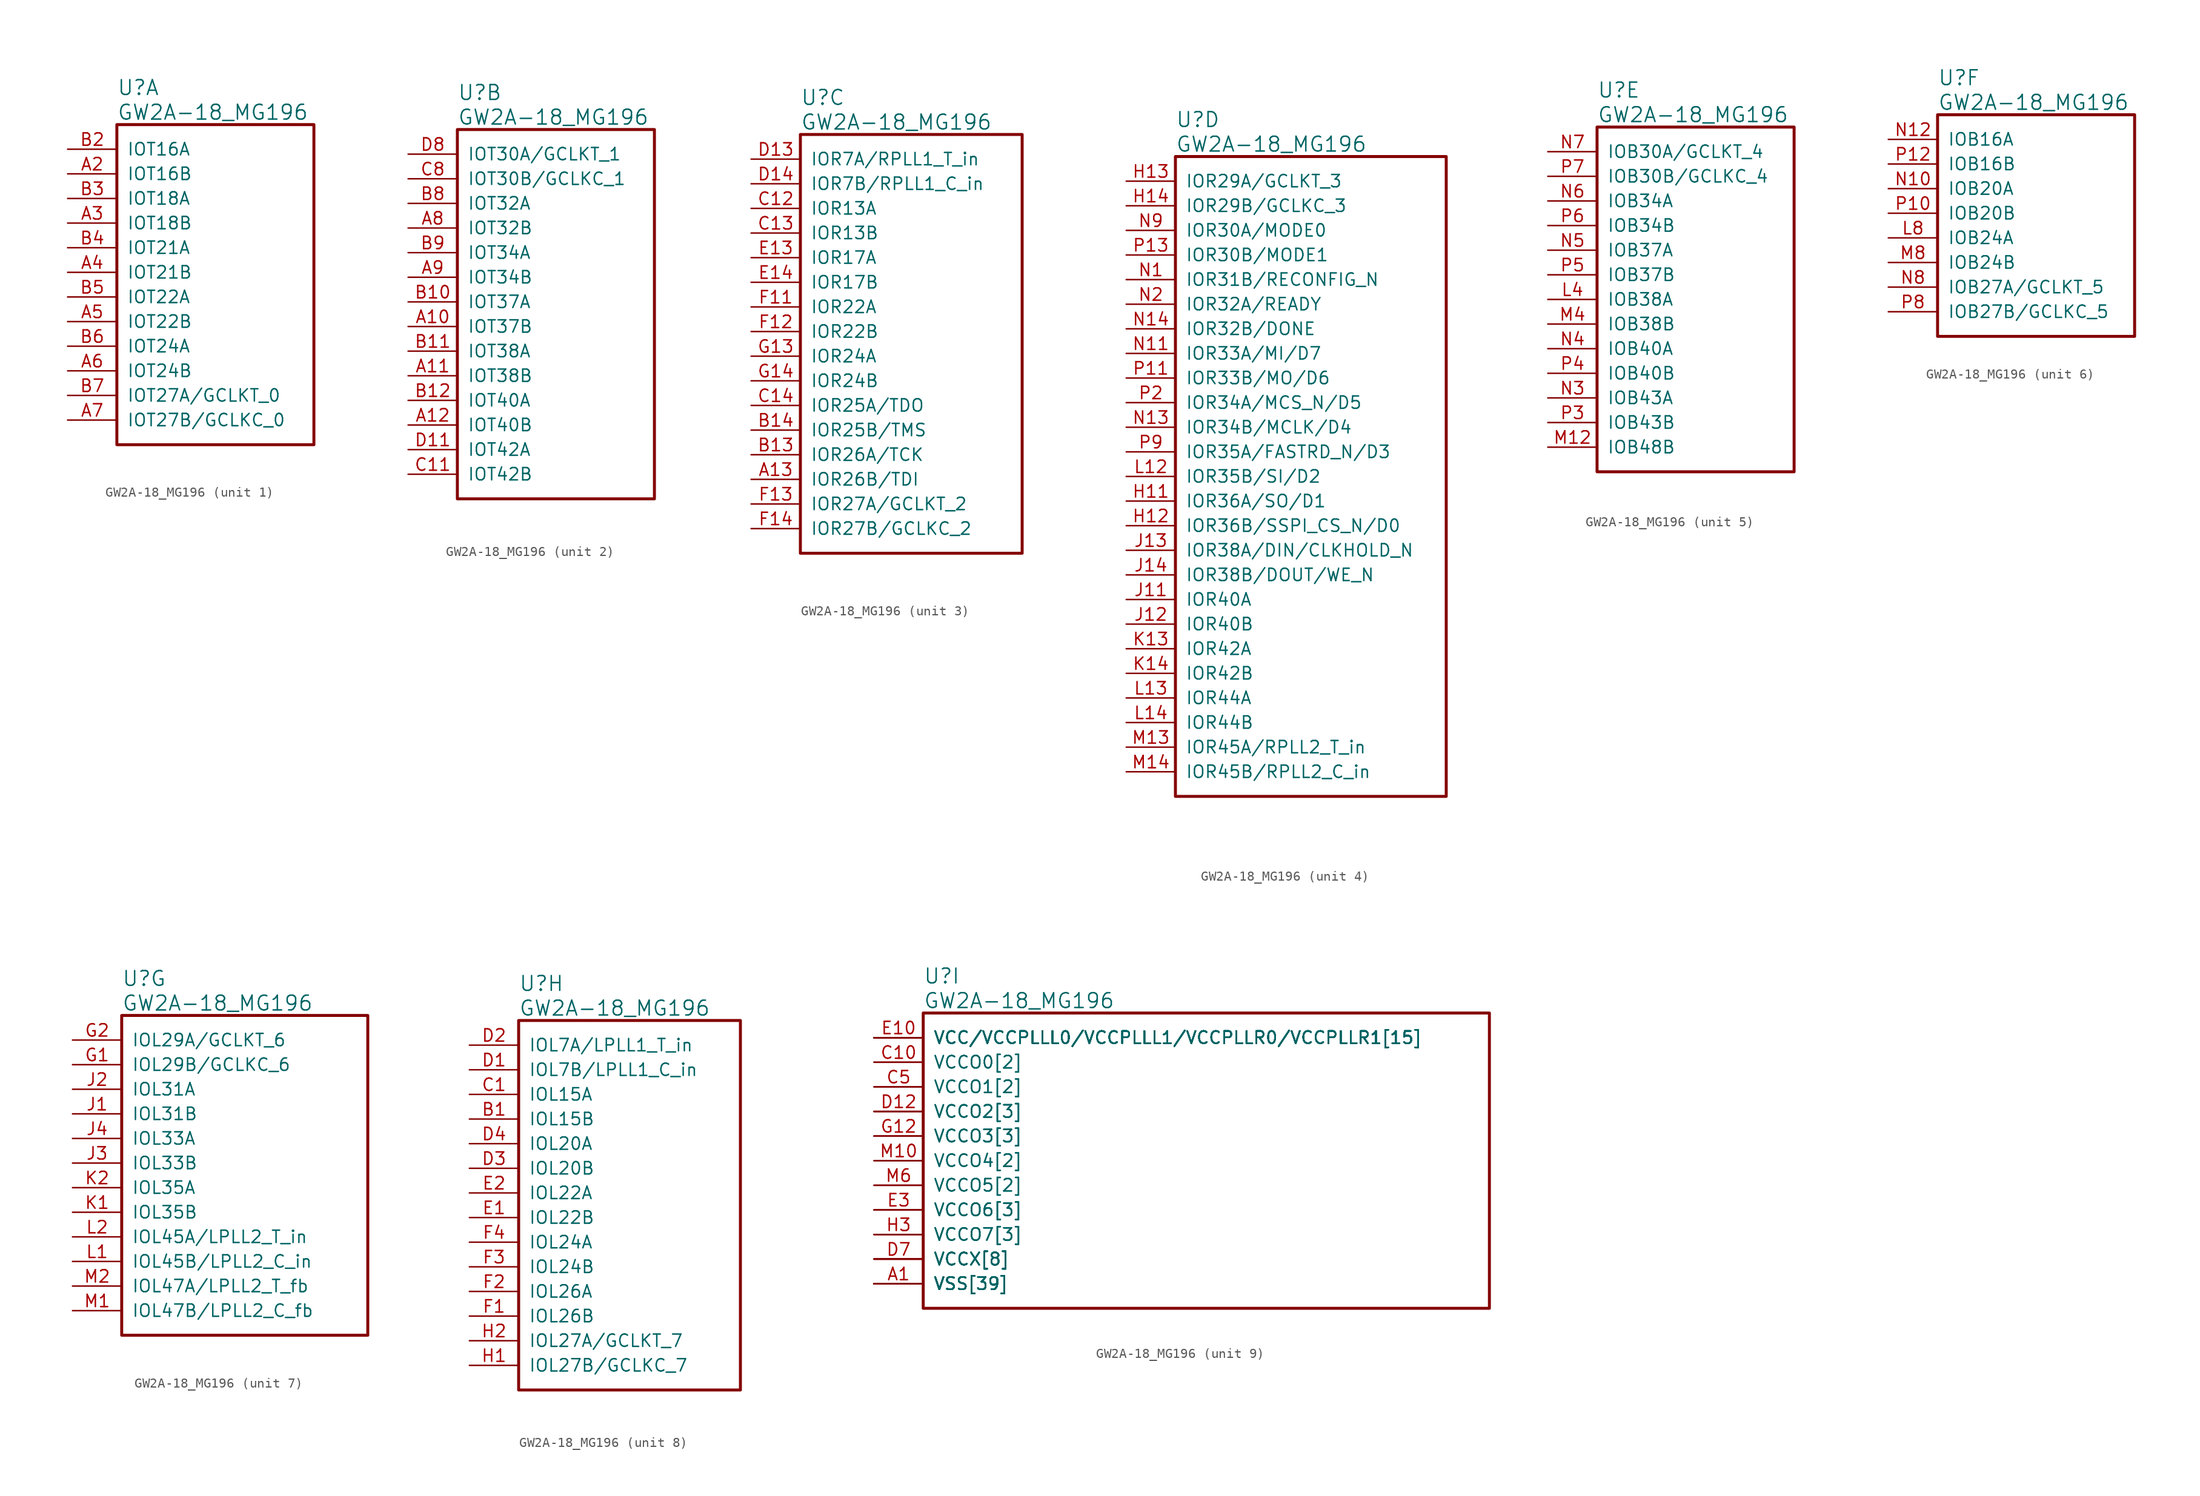
<source format=kicad_sym>
(kicad_symbol_lib
  (version 20241209)
  (generator "kicad_symbol_editor")
  (generator_version "9.0")
  (symbol "GW2A-18_MG196"
    (pin_names
      (offset 1.016))
    (property "Reference" "U"
      (at 5.08 6.35 0)
      (effects (font (size 1.524 1.524)) (justify left)))
    (property "Value" "GW2A-18_MG196"
      (at 5.08 3.81 0)
      (effects (font (size 1.524 1.524)) (justify left)))
    (property "ki_locked" ""
      (at 0 0 0)
      (effects (font (size 1.27 1.27))))
    (symbol "GW2A-18_MG196_1_1"
      (rectangle (start 5.08 2.54) (end 25.4 -30.48) (stroke (width 0.305) (type solid)) (fill (type none)))
      (pin bidirectional line (at 0 0 0) (length 5.08) (name "IOT16A" (effects (font (size 1.27 1.27)))) (number "B2" (effects (font (size 1.27 1.27)))))
      (pin bidirectional line (at 0 -2.54 0) (length 5.08) (name "IOT16B" (effects (font (size 1.27 1.27)))) (number "A2" (effects (font (size 1.27 1.27)))))
      (pin bidirectional line (at 0 -5.08 0) (length 5.08) (name "IOT18A" (effects (font (size 1.27 1.27)))) (number "B3" (effects (font (size 1.27 1.27)))))
      (pin bidirectional line (at 0 -7.62 0) (length 5.08) (name "IOT18B" (effects (font (size 1.27 1.27)))) (number "A3" (effects (font (size 1.27 1.27)))))
      (pin bidirectional line (at 0 -10.16 0) (length 5.08) (name "IOT21A" (effects (font (size 1.27 1.27)))) (number "B4" (effects (font (size 1.27 1.27)))))
      (pin bidirectional line (at 0 -12.7 0) (length 5.08) (name "IOT21B" (effects (font (size 1.27 1.27)))) (number "A4" (effects (font (size 1.27 1.27)))))
      (pin bidirectional line (at 0 -15.24 0) (length 5.08) (name "IOT22A" (effects (font (size 1.27 1.27)))) (number "B5" (effects (font (size 1.27 1.27)))))
      (pin bidirectional line (at 0 -17.78 0) (length 5.08) (name "IOT22B" (effects (font (size 1.27 1.27)))) (number "A5" (effects (font (size 1.27 1.27)))))
      (pin bidirectional line (at 0 -20.32 0) (length 5.08) (name "IOT24A" (effects (font (size 1.27 1.27)))) (number "B6" (effects (font (size 1.27 1.27)))))
      (pin bidirectional line (at 0 -22.86 0) (length 5.08) (name "IOT24B" (effects (font (size 1.27 1.27)))) (number "A6" (effects (font (size 1.27 1.27)))))
      (pin bidirectional line (at 0 -25.4 0) (length 5.08) (name "IOT27A/GCLKT_0" (effects (font (size 1.27 1.27)))) (number "B7" (effects (font (size 1.27 1.27)))))
      (pin bidirectional line (at 0 -27.94 0) (length 5.08) (name "IOT27B/GCLKC_0" (effects (font (size 1.27 1.27)))) (number "A7" (effects (font (size 1.27 1.27))))))
    (symbol "GW2A-18_MG196_2_1"
      (rectangle (start 5.08 2.54) (end 25.4 -35.56) (stroke (width 0.305) (type solid)) (fill (type none)))
      (pin bidirectional line (at 0 0 0) (length 5.08) (name "IOT30A/GCLKT_1" (effects (font (size 1.27 1.27)))) (number "D8" (effects (font (size 1.27 1.27)))))
      (pin bidirectional line (at 0 -2.54 0) (length 5.08) (name "IOT30B/GCLKC_1" (effects (font (size 1.27 1.27)))) (number "C8" (effects (font (size 1.27 1.27)))))
      (pin bidirectional line (at 0 -5.08 0) (length 5.08) (name "IOT32A" (effects (font (size 1.27 1.27)))) (number "B8" (effects (font (size 1.27 1.27)))))
      (pin bidirectional line (at 0 -7.62 0) (length 5.08) (name "IOT32B" (effects (font (size 1.27 1.27)))) (number "A8" (effects (font (size 1.27 1.27)))))
      (pin bidirectional line (at 0 -10.16 0) (length 5.08) (name "IOT34A" (effects (font (size 1.27 1.27)))) (number "B9" (effects (font (size 1.27 1.27)))))
      (pin bidirectional line (at 0 -12.7 0) (length 5.08) (name "IOT34B" (effects (font (size 1.27 1.27)))) (number "A9" (effects (font (size 1.27 1.27)))))
      (pin bidirectional line (at 0 -15.24 0) (length 5.08) (name "IOT37A" (effects (font (size 1.27 1.27)))) (number "B10" (effects (font (size 1.27 1.27)))))
      (pin bidirectional line (at 0 -17.78 0) (length 5.08) (name "IOT37B" (effects (font (size 1.27 1.27)))) (number "A10" (effects (font (size 1.27 1.27)))))
      (pin bidirectional line (at 0 -20.32 0) (length 5.08) (name "IOT38A" (effects (font (size 1.27 1.27)))) (number "B11" (effects (font (size 1.27 1.27)))))
      (pin bidirectional line (at 0 -22.86 0) (length 5.08) (name "IOT38B" (effects (font (size 1.27 1.27)))) (number "A11" (effects (font (size 1.27 1.27)))))
      (pin bidirectional line (at 0 -25.4 0) (length 5.08) (name "IOT40A" (effects (font (size 1.27 1.27)))) (number "B12" (effects (font (size 1.27 1.27)))))
      (pin bidirectional line (at 0 -27.94 0) (length 5.08) (name "IOT40B" (effects (font (size 1.27 1.27)))) (number "A12" (effects (font (size 1.27 1.27)))))
      (pin bidirectional line (at 0 -30.48 0) (length 5.08) (name "IOT42A" (effects (font (size 1.27 1.27)))) (number "D11" (effects (font (size 1.27 1.27)))))
      (pin bidirectional line (at 0 -33.02 0) (length 5.08) (name "IOT42B" (effects (font (size 1.27 1.27)))) (number "C11" (effects (font (size 1.27 1.27))))))
    (symbol "GW2A-18_MG196_3_1"
      (rectangle (start 5.08 2.54) (end 27.94 -40.64) (stroke (width 0.305) (type solid)) (fill (type none)))
      (pin bidirectional line (at 0 0 0) (length 5.08) (name "IOR7A/RPLL1_T_in" (effects (font (size 1.27 1.27)))) (number "D13" (effects (font (size 1.27 1.27)))))
      (pin bidirectional line (at 0 -2.54 0) (length 5.08) (name "IOR7B/RPLL1_C_in" (effects (font (size 1.27 1.27)))) (number "D14" (effects (font (size 1.27 1.27)))))
      (pin bidirectional line (at 0 -5.08 0) (length 5.08) (name "IOR13A" (effects (font (size 1.27 1.27)))) (number "C12" (effects (font (size 1.27 1.27)))))
      (pin bidirectional line (at 0 -7.62 0) (length 5.08) (name "IOR13B" (effects (font (size 1.27 1.27)))) (number "C13" (effects (font (size 1.27 1.27)))))
      (pin bidirectional line (at 0 -10.16 0) (length 5.08) (name "IOR17A" (effects (font (size 1.27 1.27)))) (number "E13" (effects (font (size 1.27 1.27)))))
      (pin bidirectional line (at 0 -12.7 0) (length 5.08) (name "IOR17B" (effects (font (size 1.27 1.27)))) (number "E14" (effects (font (size 1.27 1.27)))))
      (pin bidirectional line (at 0 -15.24 0) (length 5.08) (name "IOR22A" (effects (font (size 1.27 1.27)))) (number "F11" (effects (font (size 1.27 1.27)))))
      (pin bidirectional line (at 0 -17.78 0) (length 5.08) (name "IOR22B" (effects (font (size 1.27 1.27)))) (number "F12" (effects (font (size 1.27 1.27)))))
      (pin bidirectional line (at 0 -20.32 0) (length 5.08) (name "IOR24A" (effects (font (size 1.27 1.27)))) (number "G13" (effects (font (size 1.27 1.27)))))
      (pin bidirectional line (at 0 -22.86 0) (length 5.08) (name "IOR24B" (effects (font (size 1.27 1.27)))) (number "G14" (effects (font (size 1.27 1.27)))))
      (pin bidirectional line (at 0 -25.4 0) (length 5.08) (name "IOR25A/TDO" (effects (font (size 1.27 1.27)))) (number "C14" (effects (font (size 1.27 1.27)))))
      (pin bidirectional line (at 0 -27.94 0) (length 5.08) (name "IOR25B/TMS" (effects (font (size 1.27 1.27)))) (number "B14" (effects (font (size 1.27 1.27)))))
      (pin bidirectional line (at 0 -30.48 0) (length 5.08) (name "IOR26A/TCK" (effects (font (size 1.27 1.27)))) (number "B13" (effects (font (size 1.27 1.27)))))
      (pin bidirectional line (at 0 -33.02 0) (length 5.08) (name "IOR26B/TDI" (effects (font (size 1.27 1.27)))) (number "A13" (effects (font (size 1.27 1.27)))))
      (pin bidirectional line (at 0 -35.56 0) (length 5.08) (name "IOR27A/GCLKT_2" (effects (font (size 1.27 1.27)))) (number "F13" (effects (font (size 1.27 1.27)))))
      (pin bidirectional line (at 0 -38.1 0) (length 5.08) (name "IOR27B/GCLKC_2" (effects (font (size 1.27 1.27)))) (number "F14" (effects (font (size 1.27 1.27))))))
    (symbol "GW2A-18_MG196_4_1"
      (rectangle (start 5.08 2.54) (end 33.02 -63.5) (stroke (width 0.305) (type solid)) (fill (type none)))
      (pin bidirectional line (at 0 0 0) (length 5.08) (name "IOR29A/GCLKT_3" (effects (font (size 1.27 1.27)))) (number "H13" (effects (font (size 1.27 1.27)))))
      (pin bidirectional line (at 0 -2.54 0) (length 5.08) (name "IOR29B/GCLKC_3" (effects (font (size 1.27 1.27)))) (number "H14" (effects (font (size 1.27 1.27)))))
      (pin bidirectional line (at 0 -5.08 0) (length 5.08) (name "IOR30A/MODE0" (effects (font (size 1.27 1.27)))) (number "N9" (effects (font (size 1.27 1.27)))))
      (pin bidirectional line (at 0 -7.62 0) (length 5.08) (name "IOR30B/MODE1" (effects (font (size 1.27 1.27)))) (number "P13" (effects (font (size 1.27 1.27)))))
      (pin bidirectional line (at 0 -10.16 0) (length 5.08) (name "IOR31B/RECONFIG_N" (effects (font (size 1.27 1.27)))) (number "N1" (effects (font (size 1.27 1.27)))))
      (pin bidirectional line (at 0 -12.7 0) (length 5.08) (name "IOR32A/READY" (effects (font (size 1.27 1.27)))) (number "N2" (effects (font (size 1.27 1.27)))))
      (pin bidirectional line (at 0 -15.24 0) (length 5.08) (name "IOR32B/DONE" (effects (font (size 1.27 1.27)))) (number "N14" (effects (font (size 1.27 1.27)))))
      (pin bidirectional line (at 0 -17.78 0) (length 5.08) (name "IOR33A/MI/D7" (effects (font (size 1.27 1.27)))) (number "N11" (effects (font (size 1.27 1.27)))))
      (pin bidirectional line (at 0 -20.32 0) (length 5.08) (name "IOR33B/MO/D6" (effects (font (size 1.27 1.27)))) (number "P11" (effects (font (size 1.27 1.27)))))
      (pin bidirectional line (at 0 -22.86 0) (length 5.08) (name "IOR34A/MCS_N/D5" (effects (font (size 1.27 1.27)))) (number "P2" (effects (font (size 1.27 1.27)))))
      (pin bidirectional line (at 0 -25.4 0) (length 5.08) (name "IOR34B/MCLK/D4" (effects (font (size 1.27 1.27)))) (number "N13" (effects (font (size 1.27 1.27)))))
      (pin bidirectional line (at 0 -27.94 0) (length 5.08) (name "IOR35A/FASTRD_N/D3" (effects (font (size 1.27 1.27)))) (number "P9" (effects (font (size 1.27 1.27)))))
      (pin bidirectional line (at 0 -30.48 0) (length 5.08) (name "IOR35B/SI/D2" (effects (font (size 1.27 1.27)))) (number "L12" (effects (font (size 1.27 1.27)))))
      (pin bidirectional line (at 0 -33.02 0) (length 5.08) (name "IOR36A/SO/D1" (effects (font (size 1.27 1.27)))) (number "H11" (effects (font (size 1.27 1.27)))))
      (pin bidirectional line (at 0 -35.56 0) (length 5.08) (name "IOR36B/SSPI_CS_N/D0" (effects (font (size 1.27 1.27)))) (number "H12" (effects (font (size 1.27 1.27)))))
      (pin bidirectional line (at 0 -38.1 0) (length 5.08) (name "IOR38A/DIN/CLKHOLD_N" (effects (font (size 1.27 1.27)))) (number "J13" (effects (font (size 1.27 1.27)))))
      (pin bidirectional line (at 0 -40.64 0) (length 5.08) (name "IOR38B/DOUT/WE_N" (effects (font (size 1.27 1.27)))) (number "J14" (effects (font (size 1.27 1.27)))))
      (pin bidirectional line (at 0 -43.18 0) (length 5.08) (name "IOR40A" (effects (font (size 1.27 1.27)))) (number "J11" (effects (font (size 1.27 1.27)))))
      (pin bidirectional line (at 0 -45.72 0) (length 5.08) (name "IOR40B" (effects (font (size 1.27 1.27)))) (number "J12" (effects (font (size 1.27 1.27)))))
      (pin bidirectional line (at 0 -48.26 0) (length 5.08) (name "IOR42A" (effects (font (size 1.27 1.27)))) (number "K13" (effects (font (size 1.27 1.27)))))
      (pin bidirectional line (at 0 -50.8 0) (length 5.08) (name "IOR42B" (effects (font (size 1.27 1.27)))) (number "K14" (effects (font (size 1.27 1.27)))))
      (pin bidirectional line (at 0 -53.34 0) (length 5.08) (name "IOR44A" (effects (font (size 1.27 1.27)))) (number "L13" (effects (font (size 1.27 1.27)))))
      (pin bidirectional line (at 0 -55.88 0) (length 5.08) (name "IOR44B" (effects (font (size 1.27 1.27)))) (number "L14" (effects (font (size 1.27 1.27)))))
      (pin bidirectional line (at 0 -58.42 0) (length 5.08) (name "IOR45A/RPLL2_T_in" (effects (font (size 1.27 1.27)))) (number "M13" (effects (font (size 1.27 1.27)))))
      (pin bidirectional line (at 0 -60.96 0) (length 5.08) (name "IOR45B/RPLL2_C_in" (effects (font (size 1.27 1.27)))) (number "M14" (effects (font (size 1.27 1.27))))))
    (symbol "GW2A-18_MG196_5_1"
      (rectangle (start 5.08 2.54) (end 25.4 -33.02) (stroke (width 0.305) (type solid)) (fill (type none)))
      (pin bidirectional line (at 0 0 0) (length 5.08) (name "IOB30A/GCLKT_4" (effects (font (size 1.27 1.27)))) (number "N7" (effects (font (size 1.27 1.27)))))
      (pin bidirectional line (at 0 -2.54 0) (length 5.08) (name "IOB30B/GCLKC_4" (effects (font (size 1.27 1.27)))) (number "P7" (effects (font (size 1.27 1.27)))))
      (pin bidirectional line (at 0 -5.08 0) (length 5.08) (name "IOB34A" (effects (font (size 1.27 1.27)))) (number "N6" (effects (font (size 1.27 1.27)))))
      (pin bidirectional line (at 0 -7.62 0) (length 5.08) (name "IOB34B" (effects (font (size 1.27 1.27)))) (number "P6" (effects (font (size 1.27 1.27)))))
      (pin bidirectional line (at 0 -10.16 0) (length 5.08) (name "IOB37A" (effects (font (size 1.27 1.27)))) (number "N5" (effects (font (size 1.27 1.27)))))
      (pin bidirectional line (at 0 -12.7 0) (length 5.08) (name "IOB37B" (effects (font (size 1.27 1.27)))) (number "P5" (effects (font (size 1.27 1.27)))))
      (pin bidirectional line (at 0 -15.24 0) (length 5.08) (name "IOB38A" (effects (font (size 1.27 1.27)))) (number "L4" (effects (font (size 1.27 1.27)))))
      (pin bidirectional line (at 0 -17.78 0) (length 5.08) (name "IOB38B" (effects (font (size 1.27 1.27)))) (number "M4" (effects (font (size 1.27 1.27)))))
      (pin bidirectional line (at 0 -20.32 0) (length 5.08) (name "IOB40A" (effects (font (size 1.27 1.27)))) (number "N4" (effects (font (size 1.27 1.27)))))
      (pin bidirectional line (at 0 -22.86 0) (length 5.08) (name "IOB40B" (effects (font (size 1.27 1.27)))) (number "P4" (effects (font (size 1.27 1.27)))))
      (pin bidirectional line (at 0 -25.4 0) (length 5.08) (name "IOB43A" (effects (font (size 1.27 1.27)))) (number "N3" (effects (font (size 1.27 1.27)))))
      (pin bidirectional line (at 0 -27.94 0) (length 5.08) (name "IOB43B" (effects (font (size 1.27 1.27)))) (number "P3" (effects (font (size 1.27 1.27)))))
      (pin bidirectional line (at 0 -30.48 0) (length 5.08) (name "IOB48B" (effects (font (size 1.27 1.27)))) (number "M12" (effects (font (size 1.27 1.27))))))
    (symbol "GW2A-18_MG196_6_1"
      (rectangle (start 5.08 2.54) (end 25.4 -20.32) (stroke (width 0.305) (type solid)) (fill (type none)))
      (pin bidirectional line (at 0 0 0) (length 5.08) (name "IOB16A" (effects (font (size 1.27 1.27)))) (number "N12" (effects (font (size 1.27 1.27)))))
      (pin bidirectional line (at 0 -2.54 0) (length 5.08) (name "IOB16B" (effects (font (size 1.27 1.27)))) (number "P12" (effects (font (size 1.27 1.27)))))
      (pin bidirectional line (at 0 -5.08 0) (length 5.08) (name "IOB20A" (effects (font (size 1.27 1.27)))) (number "N10" (effects (font (size 1.27 1.27)))))
      (pin bidirectional line (at 0 -7.62 0) (length 5.08) (name "IOB20B" (effects (font (size 1.27 1.27)))) (number "P10" (effects (font (size 1.27 1.27)))))
      (pin bidirectional line (at 0 -10.16 0) (length 5.08) (name "IOB24A" (effects (font (size 1.27 1.27)))) (number "L8" (effects (font (size 1.27 1.27)))))
      (pin bidirectional line (at 0 -12.7 0) (length 5.08) (name "IOB24B" (effects (font (size 1.27 1.27)))) (number "M8" (effects (font (size 1.27 1.27)))))
      (pin bidirectional line (at 0 -15.24 0) (length 5.08) (name "IOB27A/GCLKT_5" (effects (font (size 1.27 1.27)))) (number "N8" (effects (font (size 1.27 1.27)))))
      (pin bidirectional line (at 0 -17.78 0) (length 5.08) (name "IOB27B/GCLKC_5" (effects (font (size 1.27 1.27)))) (number "P8" (effects (font (size 1.27 1.27))))))
    (symbol "GW2A-18_MG196_7_1"
      (rectangle (start 5.08 2.54) (end 30.48 -30.48) (stroke (width 0.305) (type solid)) (fill (type none)))
      (pin bidirectional line (at 0 0 0) (length 5.08) (name "IOL29A/GCLKT_6" (effects (font (size 1.27 1.27)))) (number "G2" (effects (font (size 1.27 1.27)))))
      (pin bidirectional line (at 0 -2.54 0) (length 5.08) (name "IOL29B/GCLKC_6" (effects (font (size 1.27 1.27)))) (number "G1" (effects (font (size 1.27 1.27)))))
      (pin bidirectional line (at 0 -5.08 0) (length 5.08) (name "IOL31A" (effects (font (size 1.27 1.27)))) (number "J2" (effects (font (size 1.27 1.27)))))
      (pin bidirectional line (at 0 -7.62 0) (length 5.08) (name "IOL31B" (effects (font (size 1.27 1.27)))) (number "J1" (effects (font (size 1.27 1.27)))))
      (pin bidirectional line (at 0 -10.16 0) (length 5.08) (name "IOL33A" (effects (font (size 1.27 1.27)))) (number "J4" (effects (font (size 1.27 1.27)))))
      (pin bidirectional line (at 0 -12.7 0) (length 5.08) (name "IOL33B" (effects (font (size 1.27 1.27)))) (number "J3" (effects (font (size 1.27 1.27)))))
      (pin bidirectional line (at 0 -15.24 0) (length 5.08) (name "IOL35A" (effects (font (size 1.27 1.27)))) (number "K2" (effects (font (size 1.27 1.27)))))
      (pin bidirectional line (at 0 -17.78 0) (length 5.08) (name "IOL35B" (effects (font (size 1.27 1.27)))) (number "K1" (effects (font (size 1.27 1.27)))))
      (pin bidirectional line (at 0 -20.32 0) (length 5.08) (name "IOL45A/LPLL2_T_in" (effects (font (size 1.27 1.27)))) (number "L2" (effects (font (size 1.27 1.27)))))
      (pin bidirectional line (at 0 -22.86 0) (length 5.08) (name "IOL45B/LPLL2_C_in" (effects (font (size 1.27 1.27)))) (number "L1" (effects (font (size 1.27 1.27)))))
      (pin bidirectional line (at 0 -25.4 0) (length 5.08) (name "IOL47A/LPLL2_T_fb" (effects (font (size 1.27 1.27)))) (number "M2" (effects (font (size 1.27 1.27)))))
      (pin bidirectional line (at 0 -27.94 0) (length 5.08) (name "IOL47B/LPLL2_C_fb" (effects (font (size 1.27 1.27)))) (number "M1" (effects (font (size 1.27 1.27))))))
    (symbol "GW2A-18_MG196_8_1"
      (rectangle (start 5.08 2.54) (end 27.94 -35.56) (stroke (width 0.305) (type solid)) (fill (type none)))
      (pin bidirectional line (at 0 0 0) (length 5.08) (name "IOL7A/LPLL1_T_in" (effects (font (size 1.27 1.27)))) (number "D2" (effects (font (size 1.27 1.27)))))
      (pin bidirectional line (at 0 -2.54 0) (length 5.08) (name "IOL7B/LPLL1_C_in" (effects (font (size 1.27 1.27)))) (number "D1" (effects (font (size 1.27 1.27)))))
      (pin bidirectional line (at 0 -5.08 0) (length 5.08) (name "IOL15A" (effects (font (size 1.27 1.27)))) (number "C1" (effects (font (size 1.27 1.27)))))
      (pin bidirectional line (at 0 -7.62 0) (length 5.08) (name "IOL15B" (effects (font (size 1.27 1.27)))) (number "B1" (effects (font (size 1.27 1.27)))))
      (pin bidirectional line (at 0 -10.16 0) (length 5.08) (name "IOL20A" (effects (font (size 1.27 1.27)))) (number "D4" (effects (font (size 1.27 1.27)))))
      (pin bidirectional line (at 0 -12.7 0) (length 5.08) (name "IOL20B" (effects (font (size 1.27 1.27)))) (number "D3" (effects (font (size 1.27 1.27)))))
      (pin bidirectional line (at 0 -15.24 0) (length 5.08) (name "IOL22A" (effects (font (size 1.27 1.27)))) (number "E2" (effects (font (size 1.27 1.27)))))
      (pin bidirectional line (at 0 -17.78 0) (length 5.08) (name "IOL22B" (effects (font (size 1.27 1.27)))) (number "E1" (effects (font (size 1.27 1.27)))))
      (pin bidirectional line (at 0 -20.32 0) (length 5.08) (name "IOL24A" (effects (font (size 1.27 1.27)))) (number "F4" (effects (font (size 1.27 1.27)))))
      (pin bidirectional line (at 0 -22.86 0) (length 5.08) (name "IOL24B" (effects (font (size 1.27 1.27)))) (number "F3" (effects (font (size 1.27 1.27)))))
      (pin bidirectional line (at 0 -25.4 0) (length 5.08) (name "IOL26A" (effects (font (size 1.27 1.27)))) (number "F2" (effects (font (size 1.27 1.27)))))
      (pin bidirectional line (at 0 -27.94 0) (length 5.08) (name "IOL26B" (effects (font (size 1.27 1.27)))) (number "F1" (effects (font (size 1.27 1.27)))))
      (pin bidirectional line (at 0 -30.48 0) (length 5.08) (name "IOL27A/GCLKT_7" (effects (font (size 1.27 1.27)))) (number "H2" (effects (font (size 1.27 1.27)))))
      (pin bidirectional line (at 0 -33.02 0) (length 5.08) (name "IOL27B/GCLKC_7" (effects (font (size 1.27 1.27)))) (number "H1" (effects (font (size 1.27 1.27))))))
    (symbol "GW2A-18_MG196_9_1"
      (rectangle (start 5.08 2.54) (end 63.5 -27.94) (stroke (width 0.305) (type solid)) (fill (type none)))
      (pin power_in line (at 0 0 0) (length 5.08) (name "VCC/VCCPLLL0/VCCPLLL1/VCCPLLR0/VCCPLLR1[15]" (effects (font (size 1.27 1.27)))) (number "E10" (effects (font (size 1.27 1.27)))))
      (pin power_in line (at 0 0 0) (length 5.08) (name "VCC/VCCPLLL0/VCCPLLL1/VCCPLLR0/VCCPLLR1[15]" (effects (font (size 1.27 1.27)))) (number "E5" (effects (font (size 0 0)))))
      (pin power_in line (at 0 0 0) (length 5.08) (name "VCC/VCCPLLL0/VCCPLLL1/VCCPLLR0/VCCPLLR1[15]" (effects (font (size 1.27 1.27)))) (number "E6" (effects (font (size 0 0)))))
      (pin power_in line (at 0 0 0) (length 5.08) (name "VCC/VCCPLLL0/VCCPLLL1/VCCPLLR0/VCCPLLR1[15]" (effects (font (size 1.27 1.27)))) (number "E9" (effects (font (size 0 0)))))
      (pin power_in line (at 0 0 0) (length 5.08) (name "VCC/VCCPLLL0/VCCPLLL1/VCCPLLR0/VCCPLLR1[15]" (effects (font (size 1.27 1.27)))) (number "F10" (effects (font (size 0 0)))))
      (pin power_in line (at 0 0 0) (length 5.08) (name "VCC/VCCPLLL0/VCCPLLL1/VCCPLLR0/VCCPLLR1[15]" (effects (font (size 1.27 1.27)))) (number "F5" (effects (font (size 0 0)))))
      (pin power_in line (at 0 0 0) (length 5.08) (name "VCC/VCCPLLL0/VCCPLLL1/VCCPLLR0/VCCPLLR1[15]" (effects (font (size 1.27 1.27)))) (number "F6" (effects (font (size 0 0)))))
      (pin power_in line (at 0 0 0) (length 5.08) (name "VCC/VCCPLLL0/VCCPLLL1/VCCPLLR0/VCCPLLR1[15]" (effects (font (size 1.27 1.27)))) (number "F9" (effects (font (size 0 0)))))
      (pin power_in line (at 0 0 0) (length 5.08) (name "VCC/VCCPLLL0/VCCPLLL1/VCCPLLR0/VCCPLLR1[15]" (effects (font (size 1.27 1.27)))) (number "J5" (effects (font (size 0 0)))))
      (pin power_in line (at 0 0 0) (length 5.08) (name "VCC/VCCPLLL0/VCCPLLL1/VCCPLLR0/VCCPLLR1[15]" (effects (font (size 1.27 1.27)))) (number "J6" (effects (font (size 0 0)))))
      (pin power_in line (at 0 0 0) (length 5.08) (name "VCC/VCCPLLL0/VCCPLLL1/VCCPLLR0/VCCPLLR1[15]" (effects (font (size 1.27 1.27)))) (number "J9" (effects (font (size 0 0)))))
      (pin power_in line (at 0 0 0) (length 5.08) (name "VCC/VCCPLLL0/VCCPLLL1/VCCPLLR0/VCCPLLR1[15]" (effects (font (size 1.27 1.27)))) (number "K10" (effects (font (size 0 0)))))
      (pin power_in line (at 0 0 0) (length 5.08) (name "VCC/VCCPLLL0/VCCPLLL1/VCCPLLR0/VCCPLLR1[15]" (effects (font (size 1.27 1.27)))) (number "K5" (effects (font (size 0 0)))))
      (pin power_in line (at 0 0 0) (length 5.08) (name "VCC/VCCPLLL0/VCCPLLL1/VCCPLLR0/VCCPLLR1[15]" (effects (font (size 1.27 1.27)))) (number "K6" (effects (font (size 0 0)))))
      (pin power_in line (at 0 0 0) (length 5.08) (name "VCC/VCCPLLL0/VCCPLLL1/VCCPLLR0/VCCPLLR1[15]" (effects (font (size 1.27 1.27)))) (number "K9" (effects (font (size 0 0)))))
      (pin power_in line (at 0 -2.54 0) (length 5.08) (name "VCCO0[2]" (effects (font (size 1.27 1.27)))) (number "C10" (effects (font (size 1.27 1.27)))))
      (pin power_in line (at 0 -2.54 0) (length 5.08) (name "VCCO0[2]" (effects (font (size 1.27 1.27)))) (number "C4" (effects (font (size 0 0)))))
      (pin power_in line (at 0 -5.08 0) (length 5.08) (name "VCCO1[2]" (effects (font (size 1.27 1.27)))) (number "C5" (effects (font (size 1.27 1.27)))))
      (pin power_in line (at 0 -5.08 0) (length 5.08) (name "VCCO1[2]" (effects (font (size 1.27 1.27)))) (number "C9" (effects (font (size 0 0)))))
      (pin power_in line (at 0 -7.62 0) (length 5.08) (name "VCCO2[3]" (effects (font (size 1.27 1.27)))) (number "D12" (effects (font (size 1.27 1.27)))))
      (pin power_in line (at 0 -7.62 0) (length 5.08) (name "VCCO2[3]" (effects (font (size 1.27 1.27)))) (number "E12" (effects (font (size 0 0)))))
      (pin power_in line (at 0 -7.62 0) (length 5.08) (name "VCCO2[3]" (effects (font (size 1.27 1.27)))) (number "G11" (effects (font (size 0 0)))))
      (pin power_in line (at 0 -10.16 0) (length 5.08) (name "VCCO3[3]" (effects (font (size 1.27 1.27)))) (number "G12" (effects (font (size 1.27 1.27)))))
      (pin power_in line (at 0 -10.16 0) (length 5.08) (name "VCCO3[3]" (effects (font (size 1.27 1.27)))) (number "K11" (effects (font (size 0 0)))))
      (pin power_in line (at 0 -10.16 0) (length 5.08) (name "VCCO3[3]" (effects (font (size 1.27 1.27)))) (number "K12" (effects (font (size 0 0)))))
      (pin power_in line (at 0 -12.7 0) (length 5.08) (name "VCCO4[2]" (effects (font (size 1.27 1.27)))) (number "M10" (effects (font (size 1.27 1.27)))))
      (pin power_in line (at 0 -12.7 0) (length 5.08) (name "VCCO4[2]" (effects (font (size 1.27 1.27)))) (number "M5" (effects (font (size 0 0)))))
      (pin power_in line (at 0 -15.24 0) (length 5.08) (name "VCCO5[2]" (effects (font (size 1.27 1.27)))) (number "M6" (effects (font (size 1.27 1.27)))))
      (pin power_in line (at 0 -15.24 0) (length 5.08) (name "VCCO5[2]" (effects (font (size 1.27 1.27)))) (number "M9" (effects (font (size 0 0)))))
      (pin power_in line (at 0 -17.78 0) (length 5.08) (name "VCCO6[3]" (effects (font (size 1.27 1.27)))) (number "E3" (effects (font (size 1.27 1.27)))))
      (pin power_in line (at 0 -17.78 0) (length 5.08) (name "VCCO6[3]" (effects (font (size 1.27 1.27)))) (number "E4" (effects (font (size 0 0)))))
      (pin power_in line (at 0 -17.78 0) (length 5.08) (name "VCCO6[3]" (effects (font (size 1.27 1.27)))) (number "G3" (effects (font (size 0 0)))))
      (pin power_in line (at 0 -20.32 0) (length 5.08) (name "VCCO7[3]" (effects (font (size 1.27 1.27)))) (number "H3" (effects (font (size 1.27 1.27)))))
      (pin power_in line (at 0 -20.32 0) (length 5.08) (name "VCCO7[3]" (effects (font (size 1.27 1.27)))) (number "K3" (effects (font (size 0 0)))))
      (pin power_in line (at 0 -20.32 0) (length 5.08) (name "VCCO7[3]" (effects (font (size 1.27 1.27)))) (number "K4" (effects (font (size 0 0)))))
      (pin power_in line (at 0 -22.86 0) (length 5.08) (name "VCCX[8]" (effects (font (size 1.27 1.27)))) (number "D7" (effects (font (size 1.27 1.27)))))
      (pin power_in line (at 0 -22.86 0) (length 5.08) (name "VCCX[8]" (effects (font (size 1.27 1.27)))) (number "E7" (effects (font (size 0 0)))))
      (pin power_in line (at 0 -22.86 0) (length 5.08) (name "VCCX[8]" (effects (font (size 1.27 1.27)))) (number "G10" (effects (font (size 0 0)))))
      (pin power_in line (at 0 -22.86 0) (length 5.08) (name "VCCX[8]" (effects (font (size 1.27 1.27)))) (number "G9" (effects (font (size 0 0)))))
      (pin power_in line (at 0 -22.86 0) (length 5.08) (name "VCCX[8]" (effects (font (size 1.27 1.27)))) (number "H5" (effects (font (size 0 0)))))
      (pin power_in line (at 0 -22.86 0) (length 5.08) (name "VCCX[8]" (effects (font (size 1.27 1.27)))) (number "H6" (effects (font (size 0 0)))))
      (pin power_in line (at 0 -22.86 0) (length 5.08) (name "VCCX[8]" (effects (font (size 1.27 1.27)))) (number "K7" (effects (font (size 0 0)))))
      (pin power_in line (at 0 -22.86 0) (length 5.08) (name "VCCX[8]" (effects (font (size 1.27 1.27)))) (number "L7" (effects (font (size 0 0)))))
      (pin power_in line (at 0 -25.4 0) (length 5.08) (name "VSS[39]" (effects (font (size 1.27 1.27)))) (number "A1" (effects (font (size 1.27 1.27)))))
      (pin power_in line (at 0 -25.4 0) (length 5.08) (name "VSS[39]" (effects (font (size 1.27 1.27)))) (number "A14" (effects (font (size 0 0)))))
      (pin power_in line (at 0 -25.4 0) (length 5.08) (name "VSS[39]" (effects (font (size 1.27 1.27)))) (number "C2" (effects (font (size 0 0)))))
      (pin power_in line (at 0 -25.4 0) (length 5.08) (name "VSS[39]" (effects (font (size 1.27 1.27)))) (number "C3" (effects (font (size 0 0)))))
      (pin power_in line (at 0 -25.4 0) (length 5.08) (name "VSS[39]" (effects (font (size 1.27 1.27)))) (number "C6" (effects (font (size 0 0)))))
      (pin power_in line (at 0 -25.4 0) (length 5.08) (name "VSS[39]" (effects (font (size 1.27 1.27)))) (number "C7" (effects (font (size 0 0)))))
      (pin power_in line (at 0 -25.4 0) (length 5.08) (name "VSS[39]" (effects (font (size 1.27 1.27)))) (number "D10" (effects (font (size 0 0)))))
      (pin power_in line (at 0 -25.4 0) (length 5.08) (name "VSS[39]" (effects (font (size 1.27 1.27)))) (number "D5" (effects (font (size 0 0)))))
      (pin power_in line (at 0 -25.4 0) (length 5.08) (name "VSS[39]" (effects (font (size 1.27 1.27)))) (number "D6" (effects (font (size 0 0)))))
      (pin power_in line (at 0 -25.4 0) (length 5.08) (name "VSS[39]" (effects (font (size 1.27 1.27)))) (number "D9" (effects (font (size 0 0)))))
      (pin power_in line (at 0 -25.4 0) (length 5.08) (name "VSS[39]" (effects (font (size 1.27 1.27)))) (number "E11" (effects (font (size 0 0)))))
      (pin power_in line (at 0 -25.4 0) (length 5.08) (name "VSS[39]" (effects (font (size 1.27 1.27)))) (number "E8" (effects (font (size 0 0)))))
      (pin power_in line (at 0 -25.4 0) (length 5.08) (name "VSS[39]" (effects (font (size 1.27 1.27)))) (number "F7" (effects (font (size 0 0)))))
      (pin power_in line (at 0 -25.4 0) (length 5.08) (name "VSS[39]" (effects (font (size 1.27 1.27)))) (number "F8" (effects (font (size 0 0)))))
      (pin power_in line (at 0 -25.4 0) (length 5.08) (name "VSS[39]" (effects (font (size 1.27 1.27)))) (number "G4" (effects (font (size 0 0)))))
      (pin power_in line (at 0 -25.4 0) (length 5.08) (name "VSS[39]" (effects (font (size 1.27 1.27)))) (number "G5" (effects (font (size 0 0)))))
      (pin power_in line (at 0 -25.4 0) (length 5.08) (name "VSS[39]" (effects (font (size 1.27 1.27)))) (number "G6" (effects (font (size 0 0)))))
      (pin power_in line (at 0 -25.4 0) (length 5.08) (name "VSS[39]" (effects (font (size 1.27 1.27)))) (number "G7" (effects (font (size 0 0)))))
      (pin power_in line (at 0 -25.4 0) (length 5.08) (name "VSS[39]" (effects (font (size 1.27 1.27)))) (number "G8" (effects (font (size 0 0)))))
      (pin power_in line (at 0 -25.4 0) (length 5.08) (name "VSS[39]" (effects (font (size 1.27 1.27)))) (number "H10" (effects (font (size 0 0)))))
      (pin power_in line (at 0 -25.4 0) (length 5.08) (name "VSS[39]" (effects (font (size 1.27 1.27)))) (number "H4" (effects (font (size 0 0)))))
      (pin power_in line (at 0 -25.4 0) (length 5.08) (name "VSS[39]" (effects (font (size 1.27 1.27)))) (number "H7" (effects (font (size 0 0)))))
      (pin power_in line (at 0 -25.4 0) (length 5.08) (name "VSS[39]" (effects (font (size 1.27 1.27)))) (number "H8" (effects (font (size 0 0)))))
      (pin power_in line (at 0 -25.4 0) (length 5.08) (name "VSS[39]" (effects (font (size 1.27 1.27)))) (number "H9" (effects (font (size 0 0)))))
      (pin power_in line (at 0 -25.4 0) (length 5.08) (name "VSS[39]" (effects (font (size 1.27 1.27)))) (number "J10" (effects (font (size 0 0)))))
      (pin power_in line (at 0 -25.4 0) (length 5.08) (name "VSS[39]" (effects (font (size 1.27 1.27)))) (number "J7" (effects (font (size 0 0)))))
      (pin power_in line (at 0 -25.4 0) (length 5.08) (name "VSS[39]" (effects (font (size 1.27 1.27)))) (number "J8" (effects (font (size 0 0)))))
      (pin power_in line (at 0 -25.4 0) (length 5.08) (name "VSS[39]" (effects (font (size 1.27 1.27)))) (number "K8" (effects (font (size 0 0)))))
      (pin power_in line (at 0 -25.4 0) (length 5.08) (name "VSS[39]" (effects (font (size 1.27 1.27)))) (number "L10" (effects (font (size 0 0)))))
      (pin power_in line (at 0 -25.4 0) (length 5.08) (name "VSS[39]" (effects (font (size 1.27 1.27)))) (number "L11" (effects (font (size 0 0)))))
      (pin power_in line (at 0 -25.4 0) (length 5.08) (name "VSS[39]" (effects (font (size 1.27 1.27)))) (number "L3" (effects (font (size 0 0)))))
      (pin power_in line (at 0 -25.4 0) (length 5.08) (name "VSS[39]" (effects (font (size 1.27 1.27)))) (number "L5" (effects (font (size 0 0)))))
      (pin power_in line (at 0 -25.4 0) (length 5.08) (name "VSS[39]" (effects (font (size 1.27 1.27)))) (number "L6" (effects (font (size 0 0)))))
      (pin power_in line (at 0 -25.4 0) (length 5.08) (name "VSS[39]" (effects (font (size 1.27 1.27)))) (number "L9" (effects (font (size 0 0)))))
      (pin power_in line (at 0 -25.4 0) (length 5.08) (name "VSS[39]" (effects (font (size 1.27 1.27)))) (number "M11" (effects (font (size 0 0)))))
      (pin power_in line (at 0 -25.4 0) (length 5.08) (name "VSS[39]" (effects (font (size 1.27 1.27)))) (number "M3" (effects (font (size 0 0)))))
      (pin power_in line (at 0 -25.4 0) (length 5.08) (name "VSS[39]" (effects (font (size 1.27 1.27)))) (number "M7" (effects (font (size 0 0)))))
      (pin power_in line (at 0 -25.4 0) (length 5.08) (name "VSS[39]" (effects (font (size 1.27 1.27)))) (number "P1" (effects (font (size 0 0)))))
      (pin power_in line (at 0 -25.4 0) (length 5.08) (name "VSS[39]" (effects (font (size 1.27 1.27)))) (number "P14" (effects (font (size 0 0))))))))
</source>
